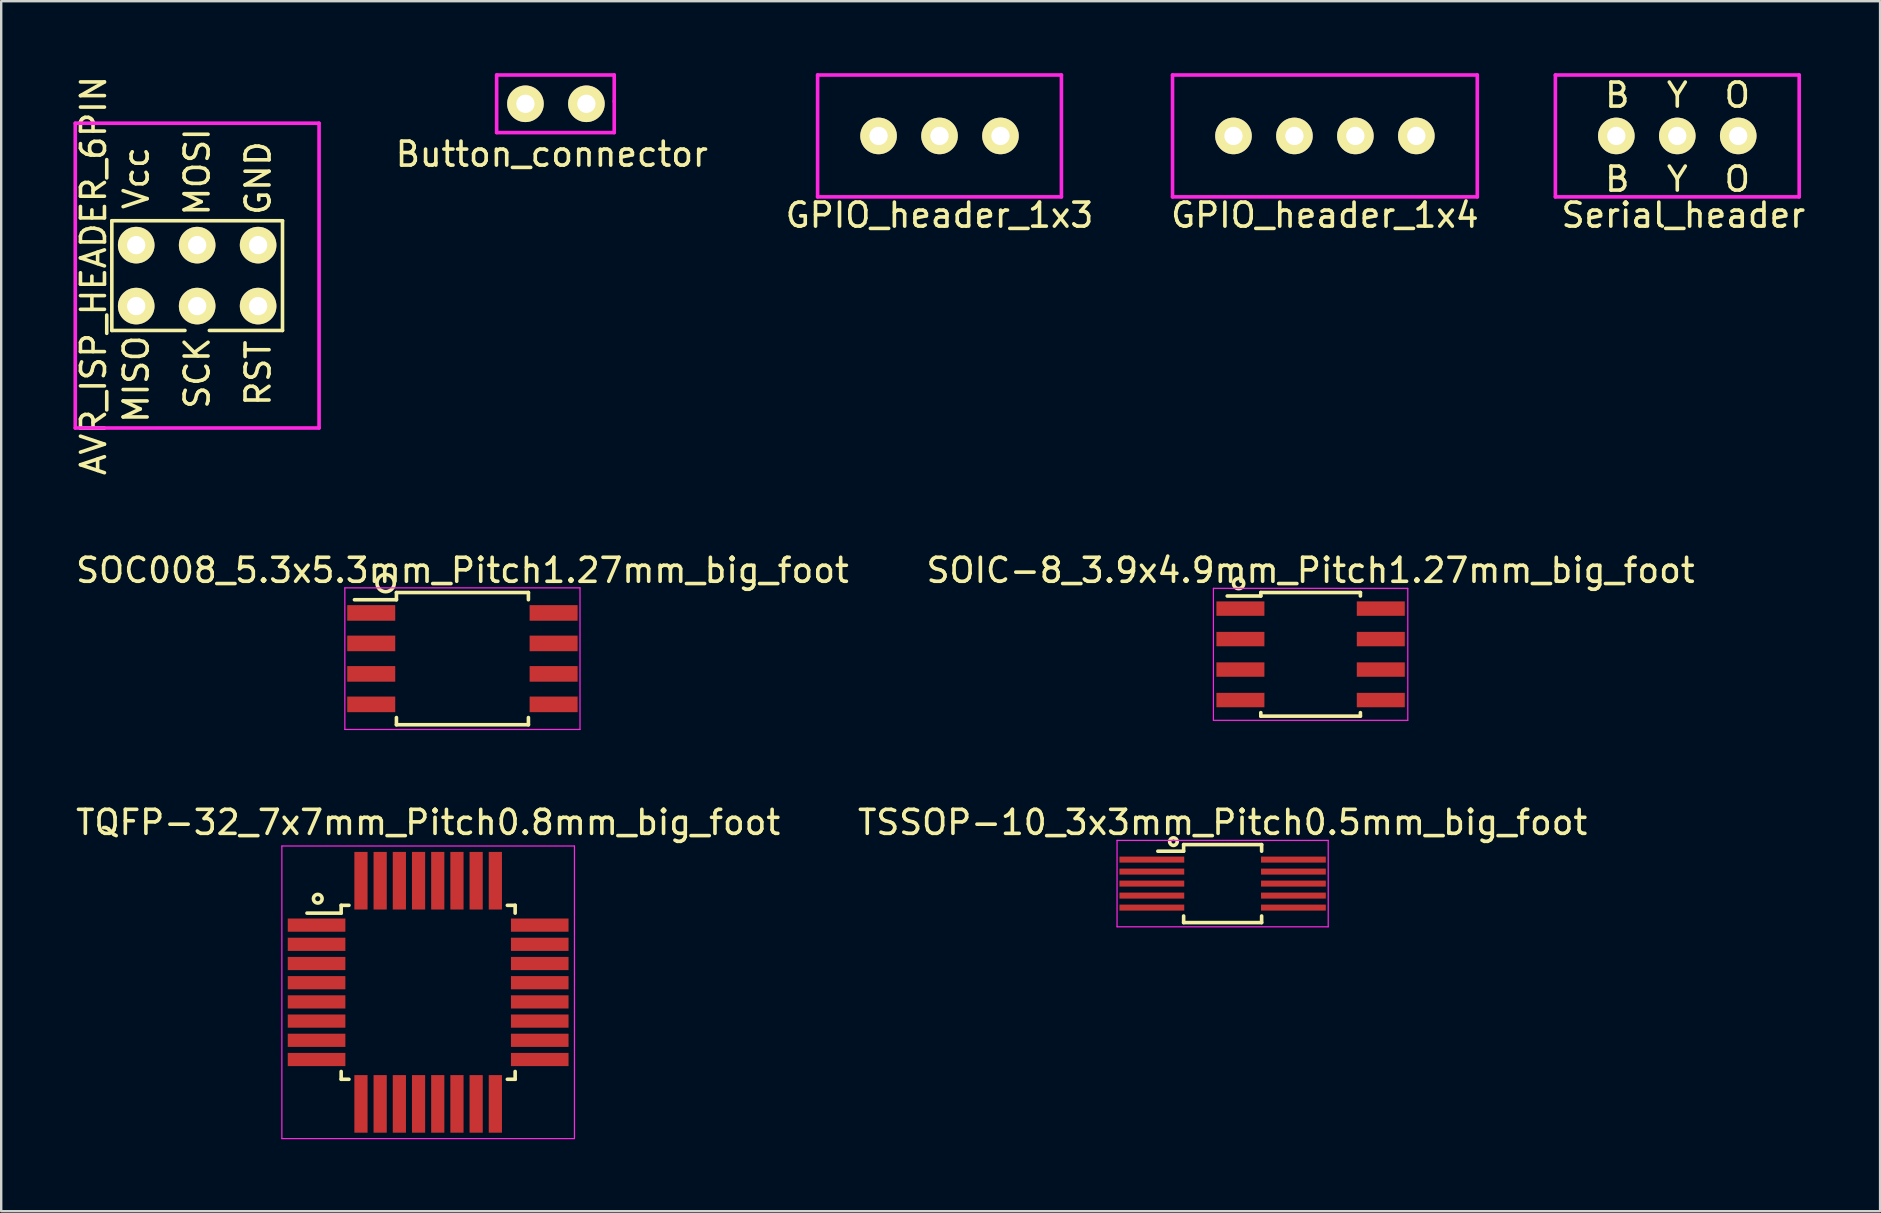
<source format=kicad_pcb>
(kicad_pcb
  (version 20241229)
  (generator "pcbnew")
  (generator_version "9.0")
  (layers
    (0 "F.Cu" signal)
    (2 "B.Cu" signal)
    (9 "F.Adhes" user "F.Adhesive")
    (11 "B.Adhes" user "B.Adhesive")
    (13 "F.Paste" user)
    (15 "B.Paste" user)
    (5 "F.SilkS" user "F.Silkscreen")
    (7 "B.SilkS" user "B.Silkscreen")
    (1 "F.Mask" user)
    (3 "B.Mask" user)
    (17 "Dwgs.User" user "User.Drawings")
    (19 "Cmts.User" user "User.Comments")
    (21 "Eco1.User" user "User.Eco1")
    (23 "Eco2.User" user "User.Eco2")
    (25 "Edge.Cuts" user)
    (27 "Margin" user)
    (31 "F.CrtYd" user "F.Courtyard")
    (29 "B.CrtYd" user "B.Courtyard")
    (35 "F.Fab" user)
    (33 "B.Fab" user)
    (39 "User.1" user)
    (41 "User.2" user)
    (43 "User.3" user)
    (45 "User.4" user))
  (footprint "AVR_ISP_HEADER_6PIN"
    (layer "F.Cu")
    (at 5.166 9.705)
    (property "Reference" "AVR_ISP_HEADER_6PIN" (at -4.318 -1.27 90) (layer "F.SilkS") (effects (font (size 1 1) (thickness 0.15))))
    (attr through_hole)
    (fp_line (start -3.556 -3.556) (end 3.556 -3.556) (stroke (width 0.15) (type solid)) (layer "F.SilkS"))
    (fp_line (start -3.556 1.016) (end -3.556 -3.556) (stroke (width 0.15) (type solid)) (layer "F.SilkS"))
    (fp_line (start -0.508 1.016) (end -3.556 1.016) (stroke (width 0.15) (type solid)) (layer "F.SilkS"))
    (fp_line (start 3.556 -3.556) (end 3.556 1.016) (stroke (width 0.15) (type solid)) (layer "F.SilkS"))
    (fp_line (start 3.556 1.016) (end 0.508 1.016) (stroke (width 0.15) (type solid)) (layer "F.SilkS"))
    (fp_line (start -5.08 -7.62) (end 5.08 -7.62) (stroke (width 0.15) (type solid)) (layer "F.CrtYd"))
    (fp_line (start -5.08 5.08) (end -5.08 -7.62) (stroke (width 0.15) (type solid)) (layer "F.CrtYd"))
    (fp_line (start 5.08 -7.62) (end 5.08 5.08) (stroke (width 0.15) (type solid)) (layer "F.CrtYd"))
    (fp_line (start 5.08 5.08) (end -5.08 5.08) (stroke (width 0.15) (type solid)) (layer "F.CrtYd"))
    (fp_text user "MOSI" (at 0 -5.588 90) (layer "F.SilkS") (effects (font (size 1 1) (thickness 0.15))))
    (fp_text user "RST" (at 2.54 2.794 90) (layer "F.SilkS") (effects (font (size 1 1) (thickness 0.15))))
    (fp_text user "GND" (at 2.54 -5.334 90) (layer "F.SilkS") (effects (font (size 1 1) (thickness 0.15))))
    (fp_text user "MISO" (at -2.54 3.048 90) (layer "F.SilkS") (effects (font (size 1 1) (thickness 0.15))))
    (fp_text user "SCK" (at 0 2.794 90) (layer "F.SilkS") (effects (font (size 1 1) (thickness 0.15))))
    (fp_text user "Vcc" (at -2.54 -5.334 90) (layer "F.SilkS") (effects (font (size 1 1) (thickness 0.15))))
    (pad "1" thru_hole circle (at -2.54 0) (size 1.524 1.524) (drill 0.762) (layers "*.Cu" "*.Mask" "F.SilkS"))
    (pad "2" thru_hole circle (at -2.54 -2.54) (size 1.524 1.524) (drill 0.762) (layers "*.Cu" "*.Mask" "F.SilkS"))
    (pad "3" thru_hole circle (at 0 0) (size 1.524 1.524) (drill 0.762) (layers "*.Cu" "*.Mask" "F.SilkS"))
    (pad "4" thru_hole circle (at 0 -2.54) (size 1.524 1.524) (drill 0.762) (layers "*.Cu" "*.Mask" "F.SilkS"))
    (pad "5" thru_hole circle (at 2.54 0) (size 1.524 1.524) (drill 0.762) (layers "*.Cu" "*.Mask" "F.SilkS"))
    (pad "6" thru_hole circle (at 2.54 -2.54) (size 1.524 1.524) (drill 0.762) (layers "*.Cu" "*.Mask" "F.SilkS")))
  (footprint "TQFP-32_7x7mm_Pitch0.8mm_big_foot"
    (layer "F.Cu")
    (at 14.792 38.301)
    (property "Reference" "TQFP-32_7x7mm_Pitch0.8mm_big_foot" (at 0 -7.08 0) (layer "F.SilkS") (effects (font (size 1 1) (thickness 0.15))))
    (attr smd)
    (fp_line (start -3.625 -3.625) (end -3.625 -3.3) (stroke (width 0.15) (type solid)) (layer "F.SilkS"))
    (fp_line (start -3.625 -3.625) (end -3.3 -3.625) (stroke (width 0.15) (type solid)) (layer "F.SilkS"))
    (fp_line (start -3.625 -3.3) (end -5.05 -3.3) (stroke (width 0.15) (type solid)) (layer "F.SilkS"))
    (fp_line (start -3.625 3.625) (end -3.625 3.3) (stroke (width 0.15) (type solid)) (layer "F.SilkS"))
    (fp_line (start -3.625 3.625) (end -3.3 3.625) (stroke (width 0.15) (type solid)) (layer "F.SilkS"))
    (fp_line (start 3.625 -3.625) (end 3.3 -3.625) (stroke (width 0.15) (type solid)) (layer "F.SilkS"))
    (fp_line (start 3.625 -3.625) (end 3.625 -3.3) (stroke (width 0.15) (type solid)) (layer "F.SilkS"))
    (fp_line (start 3.625 3.625) (end 3.3 3.625) (stroke (width 0.15) (type solid)) (layer "F.SilkS"))
    (fp_line (start 3.625 3.625) (end 3.625 3.3) (stroke (width 0.15) (type solid)) (layer "F.SilkS"))
    (fp_circle (center -4.6 -3.9) (end -4.45 -3.8) (stroke (width 0.15) (type solid)) (fill no) (layer "F.SilkS"))
    (fp_line (start -6.096 -6.096) (end 6.096 -6.096) (stroke (width 0.05) (type solid)) (layer "F.CrtYd"))
    (fp_line (start -6.096 6.096) (end -6.096 -6.096) (stroke (width 0.05) (type solid)) (layer "F.CrtYd"))
    (fp_line (start 6.096 -6.096) (end 6.096 6.096) (stroke (width 0.05) (type solid)) (layer "F.CrtYd"))
    (fp_line (start 6.096 6.096) (end -6.096 6.096) (stroke (width 0.05) (type solid)) (layer "F.CrtYd"))
    (pad "1" smd rect (at -4.65 -2.8) (size 2.4 0.55) (layers "F.Cu" "F.Mask" "F.Paste"))
    (pad "2" smd rect (at -4.65 -2) (size 2.4 0.55) (layers "F.Cu" "F.Mask" "F.Paste"))
    (pad "3" smd rect (at -4.65 -1.2) (size 2.4 0.55) (layers "F.Cu" "F.Mask" "F.Paste"))
    (pad "4" smd rect (at -4.65 -0.4) (size 2.4 0.55) (layers "F.Cu" "F.Mask" "F.Paste"))
    (pad "5" smd rect (at -4.65 0.4) (size 2.4 0.55) (layers "F.Cu" "F.Mask" "F.Paste"))
    (pad "6" smd rect (at -4.65 1.2) (size 2.4 0.55) (layers "F.Cu" "F.Mask" "F.Paste"))
    (pad "7" smd rect (at -4.65 2) (size 2.4 0.55) (layers "F.Cu" "F.Mask" "F.Paste"))
    (pad "8" smd rect (at -4.65 2.8) (size 2.4 0.55) (layers "F.Cu" "F.Mask" "F.Paste"))
    (pad "9" smd rect (at -2.8 4.65 90) (size 2.4 0.55) (layers "F.Cu" "F.Mask" "F.Paste"))
    (pad "10" smd rect (at -2 4.65 90) (size 2.4 0.55) (layers "F.Cu" "F.Mask" "F.Paste"))
    (pad "11" smd rect (at -1.2 4.65 90) (size 2.4 0.55) (layers "F.Cu" "F.Mask" "F.Paste"))
    (pad "12" smd rect (at -0.4 4.65 90) (size 2.4 0.55) (layers "F.Cu" "F.Mask" "F.Paste"))
    (pad "13" smd rect (at 0.4 4.65 90) (size 2.4 0.55) (layers "F.Cu" "F.Mask" "F.Paste"))
    (pad "14" smd rect (at 1.2 4.65 90) (size 2.4 0.55) (layers "F.Cu" "F.Mask" "F.Paste"))
    (pad "15" smd rect (at 2 4.65 90) (size 2.4 0.55) (layers "F.Cu" "F.Mask" "F.Paste"))
    (pad "16" smd rect (at 2.8 4.65 90) (size 2.4 0.55) (layers "F.Cu" "F.Mask" "F.Paste"))
    (pad "17" smd rect (at 4.65 2.8) (size 2.4 0.55) (layers "F.Cu" "F.Mask" "F.Paste"))
    (pad "18" smd rect (at 4.65 2) (size 2.4 0.55) (layers "F.Cu" "F.Mask" "F.Paste"))
    (pad "19" smd rect (at 4.65 1.2) (size 2.4 0.55) (layers "F.Cu" "F.Mask" "F.Paste"))
    (pad "20" smd rect (at 4.65 0.4) (size 2.4 0.55) (layers "F.Cu" "F.Mask" "F.Paste"))
    (pad "21" smd rect (at 4.65 -0.4) (size 2.4 0.55) (layers "F.Cu" "F.Mask" "F.Paste"))
    (pad "22" smd rect (at 4.65 -1.2) (size 2.4 0.55) (layers "F.Cu" "F.Mask" "F.Paste"))
    (pad "23" smd rect (at 4.65 -2) (size 2.4 0.55) (layers "F.Cu" "F.Mask" "F.Paste"))
    (pad "24" smd rect (at 4.65 -2.8) (size 2.4 0.55) (layers "F.Cu" "F.Mask" "F.Paste"))
    (pad "25" smd rect (at 2.8 -4.65 90) (size 2.4 0.55) (layers "F.Cu" "F.Mask" "F.Paste"))
    (pad "26" smd rect (at 2 -4.65 90) (size 2.4 0.55) (layers "F.Cu" "F.Mask" "F.Paste"))
    (pad "27" smd rect (at 1.2 -4.65 90) (size 2.4 0.55) (layers "F.Cu" "F.Mask" "F.Paste"))
    (pad "28" smd rect (at 0.4 -4.65 90) (size 2.4 0.55) (layers "F.Cu" "F.Mask" "F.Paste"))
    (pad "29" smd rect (at -0.4 -4.65 90) (size 2.4 0.55) (layers "F.Cu" "F.Mask" "F.Paste"))
    (pad "30" smd rect (at -1.2 -4.65 90) (size 2.4 0.55) (layers "F.Cu" "F.Mask" "F.Paste"))
    (pad "31" smd rect (at -2 -4.65 90) (size 2.4 0.55) (layers "F.Cu" "F.Mask" "F.Paste"))
    (pad "32" smd rect (at -2.8 -4.65 90) (size 2.4 0.55) (layers "F.Cu" "F.Mask" "F.Paste")))
  (footprint "TSSOP-10_3x3mm_Pitch0.5mm_big_foot"
    (layer "F.Cu")
    (at 47.899 33.771)
    (property "Reference" "TSSOP-10_3x3mm_Pitch0.5mm_big_foot" (at 0 -2.55 0) (layer "F.SilkS") (effects (font (size 1 1) (thickness 0.15))))
    (attr smd)
    (fp_line (start -1.625 -1.625) (end -1.625 -1.35) (stroke (width 0.15) (type solid)) (layer "F.SilkS"))
    (fp_line (start -1.625 -1.625) (end 1.625 -1.625) (stroke (width 0.15) (type solid)) (layer "F.SilkS"))
    (fp_line (start -1.625 -1.35) (end -2.7 -1.35) (stroke (width 0.15) (type solid)) (layer "F.SilkS"))
    (fp_line (start -1.625 1.625) (end -1.625 1.35) (stroke (width 0.15) (type solid)) (layer "F.SilkS"))
    (fp_line (start -1.625 1.625) (end 1.625 1.625) (stroke (width 0.15) (type solid)) (layer "F.SilkS"))
    (fp_line (start 1.625 -1.625) (end 1.625 -1.35) (stroke (width 0.15) (type solid)) (layer "F.SilkS"))
    (fp_line (start 1.625 1.625) (end 1.625 1.35) (stroke (width 0.15) (type solid)) (layer "F.SilkS"))
    (fp_circle (center -2.05 -1.75) (end -1.9 -1.7) (stroke (width 0.15) (type solid)) (fill no) (layer "F.SilkS"))
    (fp_line (start -4.4 -1.8) (end -4.4 1.8) (stroke (width 0.05) (type solid)) (layer "F.CrtYd"))
    (fp_line (start -4.4 -1.8) (end 4.4 -1.8) (stroke (width 0.05) (type solid)) (layer "F.CrtYd"))
    (fp_line (start -4.4 1.8) (end 4.4 1.8) (stroke (width 0.05) (type solid)) (layer "F.CrtYd"))
    (fp_line (start 4.4 -1.8) (end 4.4 1.8) (stroke (width 0.05) (type solid)) (layer "F.CrtYd"))
    (pad "1" smd rect (at -2.95 -1) (size 2.7 0.25) (layers "F.Cu" "F.Mask" "F.Paste"))
    (pad "2" smd rect (at -2.95 -0.5) (size 2.7 0.25) (layers "F.Cu" "F.Mask" "F.Paste"))
    (pad "3" smd rect (at -2.95 0) (size 2.7 0.25) (layers "F.Cu" "F.Mask" "F.Paste"))
    (pad "4" smd rect (at -2.95 0.5) (size 2.7 0.25) (layers "F.Cu" "F.Mask" "F.Paste"))
    (pad "5" smd rect (at -2.95 1) (size 2.7 0.25) (layers "F.Cu" "F.Mask" "F.Paste"))
    (pad "6" smd rect (at 2.95 1) (size 2.7 0.25) (layers "F.Cu" "F.Mask" "F.Paste"))
    (pad "7" smd rect (at 2.95 0.5) (size 2.7 0.25) (layers "F.Cu" "F.Mask" "F.Paste"))
    (pad "8" smd rect (at 2.95 0) (size 2.7 0.25) (layers "F.Cu" "F.Mask" "F.Paste"))
    (pad "9" smd rect (at 2.95 -0.5) (size 2.7 0.25) (layers "F.Cu" "F.Mask" "F.Paste"))
    (pad "10" smd rect (at 2.95 -1) (size 2.7 0.25) (layers "F.Cu" "F.Mask" "F.Paste")))
  (footprint "GPIO_header_1x3"
    (layer "F.Cu")
    (at 36.101 2.615)
    (property "Reference" "GPIO_header_1x3" (at 0 3.302 0) (layer "F.SilkS") (effects (font (size 1 1) (thickness 0.15))))
    (attr through_hole)
    (fp_line (start -5.08 -2.54) (end -5.08 2.54) (stroke (width 0.15) (type solid)) (layer "F.CrtYd"))
    (fp_line (start -5.08 2.54) (end 5.08 2.54) (stroke (width 0.15) (type solid)) (layer "F.CrtYd"))
    (fp_line (start 5.08 -2.54) (end -5.08 -2.54) (stroke (width 0.15) (type solid)) (layer "F.CrtYd"))
    (fp_line (start 5.08 2.54) (end 5.08 -2.54) (stroke (width 0.15) (type solid)) (layer "F.CrtYd"))
    (pad "1" thru_hole circle (at 2.54 0) (size 1.524 1.524) (drill 0.762) (layers "*.Cu" "*.Mask" "F.SilkS"))
    (pad "2" thru_hole circle (at 0 0) (size 1.524 1.524) (drill 0.762) (layers "*.Cu" "*.Mask" "F.SilkS"))
    (pad "3" thru_hole circle (at -2.54 0) (size 1.524 1.524) (drill 0.762) (layers "*.Cu" "*.Mask" "F.SilkS")))
  (footprint "GPIO_header_1x4"
    (layer "F.Cu")
    (at 53.431 2.615)
    (property "Reference" "GPIO_header_1x4" (at -1.27 3.302 0) (layer "F.SilkS") (effects (font (size 1 1) (thickness 0.15))))
    (attr through_hole)
    (fp_line (start -7.62 -2.54) (end -7.62 2.54) (stroke (width 0.15) (type solid)) (layer "F.CrtYd"))
    (fp_line (start -7.62 2.54) (end 5.08 2.54) (stroke (width 0.15) (type solid)) (layer "F.CrtYd"))
    (fp_line (start 5.08 -2.54) (end -7.62 -2.54) (stroke (width 0.15) (type solid)) (layer "F.CrtYd"))
    (fp_line (start 5.08 2.54) (end 5.08 -2.54) (stroke (width 0.15) (type solid)) (layer "F.CrtYd"))
    (pad "1" thru_hole circle (at 2.54 0) (size 1.524 1.524) (drill 0.762) (layers "*.Cu" "*.Mask" "F.SilkS"))
    (pad "2" thru_hole circle (at 0 0) (size 1.524 1.524) (drill 0.762) (layers "*.Cu" "*.Mask" "F.SilkS"))
    (pad "3" thru_hole circle (at -2.54 0) (size 1.524 1.524) (drill 0.762) (layers "*.Cu" "*.Mask" "F.SilkS"))
    (pad "4" thru_hole circle (at -5.08 0) (size 1.524 1.524) (drill 0.762) (layers "*.Cu" "*.Mask" "F.SilkS")))
  (footprint "SOC008_5.3x5.3mm_Pitch1.27mm_big_foot"
    (layer "F.Cu")
    (at 16.22 24.397)
    (property "Reference" "SOC008_5.3x5.3mm_Pitch1.27mm_big_foot" (at 0 -3.68 0) (layer "F.SilkS") (effects (font (size 1 1) (thickness 0.15))))
    (attr smd)
    (fp_line (start -2.75 -2.755) (end -2.75 -2.455) (stroke (width 0.15) (type solid)) (layer "F.SilkS"))
    (fp_line (start -2.75 -2.755) (end 2.75 -2.755) (stroke (width 0.15) (type solid)) (layer "F.SilkS"))
    (fp_line (start -2.75 -2.455) (end -4.5 -2.455) (stroke (width 0.15) (type solid)) (layer "F.SilkS"))
    (fp_line (start -2.75 2.755) (end -2.75 2.455) (stroke (width 0.15) (type solid)) (layer "F.SilkS"))
    (fp_line (start -2.75 2.755) (end 2.75 2.755) (stroke (width 0.15) (type solid)) (layer "F.SilkS"))
    (fp_line (start 2.75 -2.755) (end 2.75 -2.455) (stroke (width 0.15) (type solid)) (layer "F.SilkS"))
    (fp_line (start 2.75 2.755) (end 2.75 2.455) (stroke (width 0.15) (type solid)) (layer "F.SilkS"))
    (fp_circle (center -3.2 -3.15) (end -2.9 -2.95) (stroke (width 0.15) (type solid)) (fill no) (layer "F.SilkS"))
    (fp_line (start -4.9 -2.95) (end -4.9 2.95) (stroke (width 0.05) (type solid)) (layer "F.CrtYd"))
    (fp_line (start -4.9 -2.95) (end 4.9 -2.95) (stroke (width 0.05) (type solid)) (layer "F.CrtYd"))
    (fp_line (start -4.9 2.95) (end 4.9 2.95) (stroke (width 0.05) (type solid)) (layer "F.CrtYd"))
    (fp_line (start 4.9 -2.95) (end 4.9 2.95) (stroke (width 0.05) (type solid)) (layer "F.CrtYd"))
    (pad "1" smd rect (at -3.8 -1.905) (size 2 0.65) (layers "F.Cu" "F.Mask" "F.Paste"))
    (pad "2" smd rect (at -3.8 -0.635) (size 2 0.65) (layers "F.Cu" "F.Mask" "F.Paste"))
    (pad "3" smd rect (at -3.8 0.635) (size 2 0.65) (layers "F.Cu" "F.Mask" "F.Paste"))
    (pad "4" smd rect (at -3.8 1.905) (size 2 0.65) (layers "F.Cu" "F.Mask" "F.Paste"))
    (pad "5" smd rect (at 3.8 1.905) (size 2 0.65) (layers "F.Cu" "F.Mask" "F.Paste"))
    (pad "6" smd rect (at 3.8 0.635) (size 2 0.65) (layers "F.Cu" "F.Mask" "F.Paste"))
    (pad "7" smd rect (at 3.8 -0.635) (size 2 0.65) (layers "F.Cu" "F.Mask" "F.Paste"))
    (pad "8" smd rect (at 3.8 -1.905) (size 2 0.65) (layers "F.Cu" "F.Mask" "F.Paste")))
  (footprint "SOIC-8_3.9x4.9mm_Pitch1.27mm_big_foot"
    (layer "F.Cu")
    (at 51.565 24.217)
    (property "Reference" "SOIC-8_3.9x4.9mm_Pitch1.27mm_big_foot" (at 0 -3.5 0) (layer "F.SilkS") (effects (font (size 1 1) (thickness 0.15))))
    (attr smd)
    (fp_line (start -2.075 -2.575) (end -2.075 -2.43) (stroke (width 0.15) (type solid)) (layer "F.SilkS"))
    (fp_line (start -2.075 -2.575) (end 2.075 -2.575) (stroke (width 0.15) (type solid)) (layer "F.SilkS"))
    (fp_line (start -2.075 -2.43) (end -3.475 -2.43) (stroke (width 0.15) (type solid)) (layer "F.SilkS"))
    (fp_line (start -2.075 2.575) (end -2.075 2.43) (stroke (width 0.15) (type solid)) (layer "F.SilkS"))
    (fp_line (start -2.075 2.575) (end 2.075 2.575) (stroke (width 0.15) (type solid)) (layer "F.SilkS"))
    (fp_line (start 2.075 -2.575) (end 2.075 -2.43) (stroke (width 0.15) (type solid)) (layer "F.SilkS"))
    (fp_line (start 2.075 2.575) (end 2.075 2.43) (stroke (width 0.15) (type solid)) (layer "F.SilkS"))
    (fp_circle (center -3 -2.95) (end -2.85 -2.8) (stroke (width 0.15) (type solid)) (fill no) (layer "F.SilkS"))
    (fp_line (start -4.05 -2.75) (end -4.05 2.75) (stroke (width 0.05) (type solid)) (layer "F.CrtYd"))
    (fp_line (start -4.05 -2.75) (end 4.05 -2.75) (stroke (width 0.05) (type solid)) (layer "F.CrtYd"))
    (fp_line (start -4.05 2.75) (end 4.05 2.75) (stroke (width 0.05) (type solid)) (layer "F.CrtYd"))
    (fp_line (start 4.05 -2.75) (end 4.05 2.75) (stroke (width 0.05) (type solid)) (layer "F.CrtYd"))
    (pad "1" smd rect (at -2.925 -1.905) (size 2 0.6) (layers "F.Cu" "F.Mask" "F.Paste"))
    (pad "2" smd rect (at -2.925 -0.635) (size 2 0.6) (layers "F.Cu" "F.Mask" "F.Paste"))
    (pad "3" smd rect (at -2.925 0.635) (size 2 0.6) (layers "F.Cu" "F.Mask" "F.Paste"))
    (pad "4" smd rect (at -2.925 1.905) (size 2 0.6) (layers "F.Cu" "F.Mask" "F.Paste"))
    (pad "5" smd rect (at 2.925 1.905) (size 2 0.6) (layers "F.Cu" "F.Mask" "F.Paste"))
    (pad "6" smd rect (at 2.925 0.635) (size 2 0.6) (layers "F.Cu" "F.Mask" "F.Paste"))
    (pad "7" smd rect (at 2.925 -0.635) (size 2 0.6) (layers "F.Cu" "F.Mask" "F.Paste"))
    (pad "8" smd rect (at 2.925 -1.905) (size 2 0.6) (layers "F.Cu" "F.Mask" "F.Paste")))
  (footprint "Button_connector"
    (layer "F.Cu")
    (at 18.846 1.275)
    (property "Reference" "Button_connector" (at 1.1 2.1 0) (layer "F.SilkS") (effects (font (size 1 1) (thickness 0.15))))
    (attr through_hole)
    (fp_line (start -1.2 -1.2) (end -1.2 1.2) (stroke (width 0.15) (type solid)) (layer "F.CrtYd"))
    (fp_line (start -1.2 1.2) (end 3.7 1.2) (stroke (width 0.15) (type solid)) (layer "F.CrtYd"))
    (fp_line (start 3.7 -1.2) (end -1.2 -1.2) (stroke (width 0.15) (type solid)) (layer "F.CrtYd"))
    (fp_line (start 3.7 -0.1) (end 3.7 -1.2) (stroke (width 0.15) (type solid)) (layer "F.CrtYd"))
    (fp_line (start 3.7 -0.1) (end 3.7 1.2) (stroke (width 0.15) (type solid)) (layer "F.CrtYd"))
    (pad "1" thru_hole circle (at 0 0) (size 1.524 1.524) (drill 0.762) (layers "*.Cu" "*.Mask" "F.SilkS"))
    (pad "2" thru_hole circle (at 2.54 0) (size 1.524 1.524) (drill 0.762) (layers "*.Cu" "*.Mask" "F.SilkS")))
  (footprint "Serial_header"
    (layer "F.Cu")
    (at 66.845 2.615)
    (property "Reference" "Serial_header" (at 0.254 3.302 0) (layer "F.SilkS") (effects (font (size 1 1) (thickness 0.15))))
    (attr through_hole)
    (fp_line (start -5.08 -2.54) (end 5.08 -2.54) (stroke (width 0.15) (type solid)) (layer "F.CrtYd"))
    (fp_line (start -5.08 2.54) (end -5.08 -2.54) (stroke (width 0.15) (type solid)) (layer "F.CrtYd"))
    (fp_line (start 5.08 -2.54) (end 5.08 2.54) (stroke (width 0.15) (type solid)) (layer "F.CrtYd"))
    (fp_line (start 5.08 2.54) (end -5.08 2.54) (stroke (width 0.15) (type solid)) (layer "F.CrtYd"))
    (fp_text user "O" (at 2.5 -1.7 0) (layer "F.SilkS") (effects (font (size 1 1) (thickness 0.15))))
    (fp_text user "B" (at -2.5 -1.7 0) (layer "F.SilkS") (effects (font (size 1 1) (thickness 0.15))))
    (fp_text user "O" (at 2.5 1.8 0) (layer "F.SilkS") (effects (font (size 1 1) (thickness 0.15))))
    (fp_text user "Y" (at 0 -1.7 0) (layer "F.SilkS") (effects (font (size 1 1) (thickness 0.15))))
    (fp_text user "B" (at -2.5 1.8 0) (layer "F.SilkS") (effects (font (size 1 1) (thickness 0.15))))
    (fp_text user "Y" (at 0 1.8 0) (layer "F.SilkS") (effects (font (size 1 1) (thickness 0.15))))
    (pad "1" thru_hole circle (at -2.54 0) (size 1.524 1.524) (drill 0.762) (layers "*.Cu" "*.Mask" "F.SilkS"))
    (pad "2" thru_hole circle (at 0 0) (size 1.524 1.524) (drill 0.762) (layers "*.Cu" "*.Mask" "F.SilkS"))
    (pad "3" thru_hole circle (at 2.54 0) (size 1.524 1.524) (drill 0.762) (layers "*.Cu" "*.Mask" "F.SilkS")))
  (gr_rect
    (start -3 -3)
    (end 75.296 47.422)
    (stroke (width 0.1) (type default))
    (fill no)
    (layer "Edge.Cuts")))
</source>
